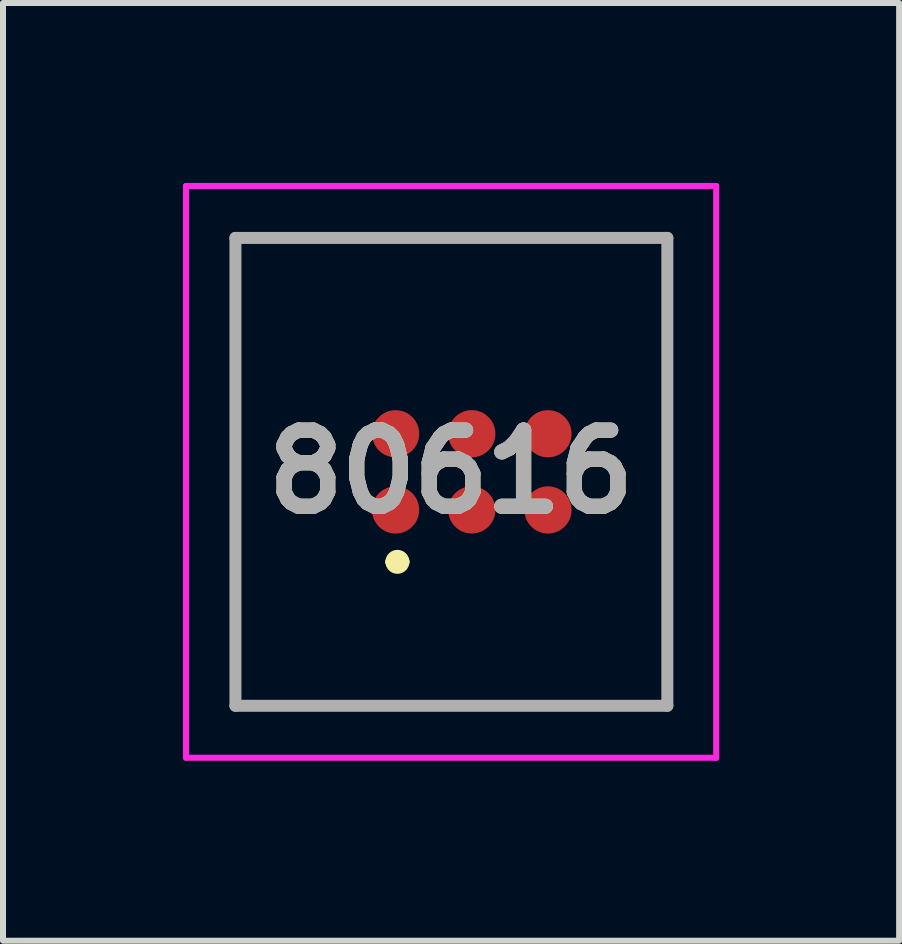
<source format=kicad_pcb>
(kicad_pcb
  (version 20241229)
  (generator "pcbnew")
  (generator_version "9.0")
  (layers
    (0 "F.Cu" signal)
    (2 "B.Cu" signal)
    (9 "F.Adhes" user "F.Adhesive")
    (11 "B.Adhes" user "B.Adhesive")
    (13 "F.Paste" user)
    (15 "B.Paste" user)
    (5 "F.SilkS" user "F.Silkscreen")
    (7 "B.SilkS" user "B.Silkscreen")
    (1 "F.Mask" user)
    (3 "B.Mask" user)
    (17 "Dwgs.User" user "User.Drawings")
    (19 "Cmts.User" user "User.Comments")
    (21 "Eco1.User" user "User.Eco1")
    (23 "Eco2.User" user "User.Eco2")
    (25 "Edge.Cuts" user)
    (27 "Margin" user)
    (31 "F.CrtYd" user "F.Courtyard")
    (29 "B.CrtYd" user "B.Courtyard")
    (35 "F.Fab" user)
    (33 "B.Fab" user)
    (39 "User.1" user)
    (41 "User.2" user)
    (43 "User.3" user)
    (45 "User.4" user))
  (footprint "80616"
    (layer "F.Cu")
    (at 2.275 4.816)
    (property "Reference" "80616" (at 2.194 0 0) (layer "F.SilkS") (effects (font (size 1.27 1.27) (thickness 0.254))))
    (attr through_hole)
    (fp_line (start 1.2 1.5) (end 1.2 1.5) (stroke (width 0.2) (type solid)) (layer "F.SilkS"))
    (fp_line (start 1.4 1.5) (end 1.4 1.5) (stroke (width 0.2) (type solid)) (layer "F.SilkS"))
    (fp_arc (start 1.2 1.5) (mid 1.3 1.4) (end 1.4 1.5) (stroke (width 0.2) (type solid)) (layer "F.SilkS"))
    (fp_arc (start 1.4 1.5) (mid 1.3 1.6) (end 1.2 1.5) (stroke (width 0.2) (type solid)) (layer "F.SilkS"))
    (fp_line (start -2.225 -4.766) (end 6.614 -4.766) (stroke (width 0.1) (type solid)) (layer "F.CrtYd"))
    (fp_line (start -2.225 4.766) (end -2.225 -4.766) (stroke (width 0.1) (type solid)) (layer "F.CrtYd"))
    (fp_line (start 6.614 -4.766) (end 6.614 4.766) (stroke (width 0.1) (type solid)) (layer "F.CrtYd"))
    (fp_line (start 6.614 4.766) (end -2.225 4.766) (stroke (width 0.1) (type solid)) (layer "F.CrtYd"))
    (fp_line (start -1.4 -3.9) (end 5.8 -3.9) (stroke (width 0.2) (type solid)) (layer "F.Fab"))
    (fp_line (start -1.4 3.9) (end -1.4 -3.9) (stroke (width 0.2) (type solid)) (layer "F.Fab"))
    (fp_line (start 5.8 -3.9) (end 5.8 3.9) (stroke (width 0.2) (type solid)) (layer "F.Fab"))
    (fp_line (start 5.8 3.9) (end -1.4 3.9) (stroke (width 0.2) (type solid)) (layer "F.Fab"))
    (fp_text user "${REFERENCE}" (at 2.194 0 0) (layer "F.Fab") (effects (font (size 1.27 1.27) (thickness 0.254))))
    (pad "" np_thru_hole circle (at 0 -2.54) (size 0.001 0.001) (drill 2.451) (layers "*.Cu" "*.Mask"))
    (pad "" np_thru_hole circle (at 0 0) (size 0.001 0.001) (drill 1.067) (layers "*.Cu" "*.Mask"))
    (pad "" np_thru_hole circle (at 0 2.54) (size 0.001 0.001) (drill 2.451) (layers "*.Cu" "*.Mask"))
    (pad "" np_thru_hole circle (at 3.175 -2.54) (size 0.001 0.001) (drill 2.451) (layers "*.Cu" "*.Mask"))
    (pad "" np_thru_hole circle (at 3.175 2.54) (size 0.001 0.001) (drill 2.451) (layers "*.Cu" "*.Mask"))
    (pad "" np_thru_hole circle (at 5.08 -1.016) (size 0.001 0.001) (drill 1.067) (layers "*.Cu" "*.Mask"))
    (pad "" np_thru_hole circle (at 5.08 1.016) (size 0.001 0.001) (drill 1.067) (layers "*.Cu" "*.Mask"))
    (pad "1" smd circle (at 1.27 0.635 90) (size 0.787 0.787) (layers "F.Cu" "F.Mask" "F.Paste"))
    (pad "2" smd circle (at 1.27 -0.635 90) (size 0.787 0.787) (layers "F.Cu" "F.Mask" "F.Paste"))
    (pad "3" smd circle (at 2.54 0.635 90) (size 0.787 0.787) (layers "F.Cu" "F.Mask" "F.Paste"))
    (pad "4" smd circle (at 2.54 -0.635 90) (size 0.787 0.787) (layers "F.Cu" "F.Mask" "F.Paste"))
    (pad "5" smd circle (at 3.81 0.635 90) (size 0.787 0.787) (layers "F.Cu" "F.Mask" "F.Paste"))
    (pad "6" smd circle (at 3.81 -0.635 90) (size 0.787 0.787) (layers "F.Cu" "F.Mask" "F.Paste")))
  (gr_rect
    (start -3 -3)
    (end 11.939 12.632)
    (stroke (width 0.1) (type default))
    (fill no)
    (layer "Edge.Cuts")))
</source>
